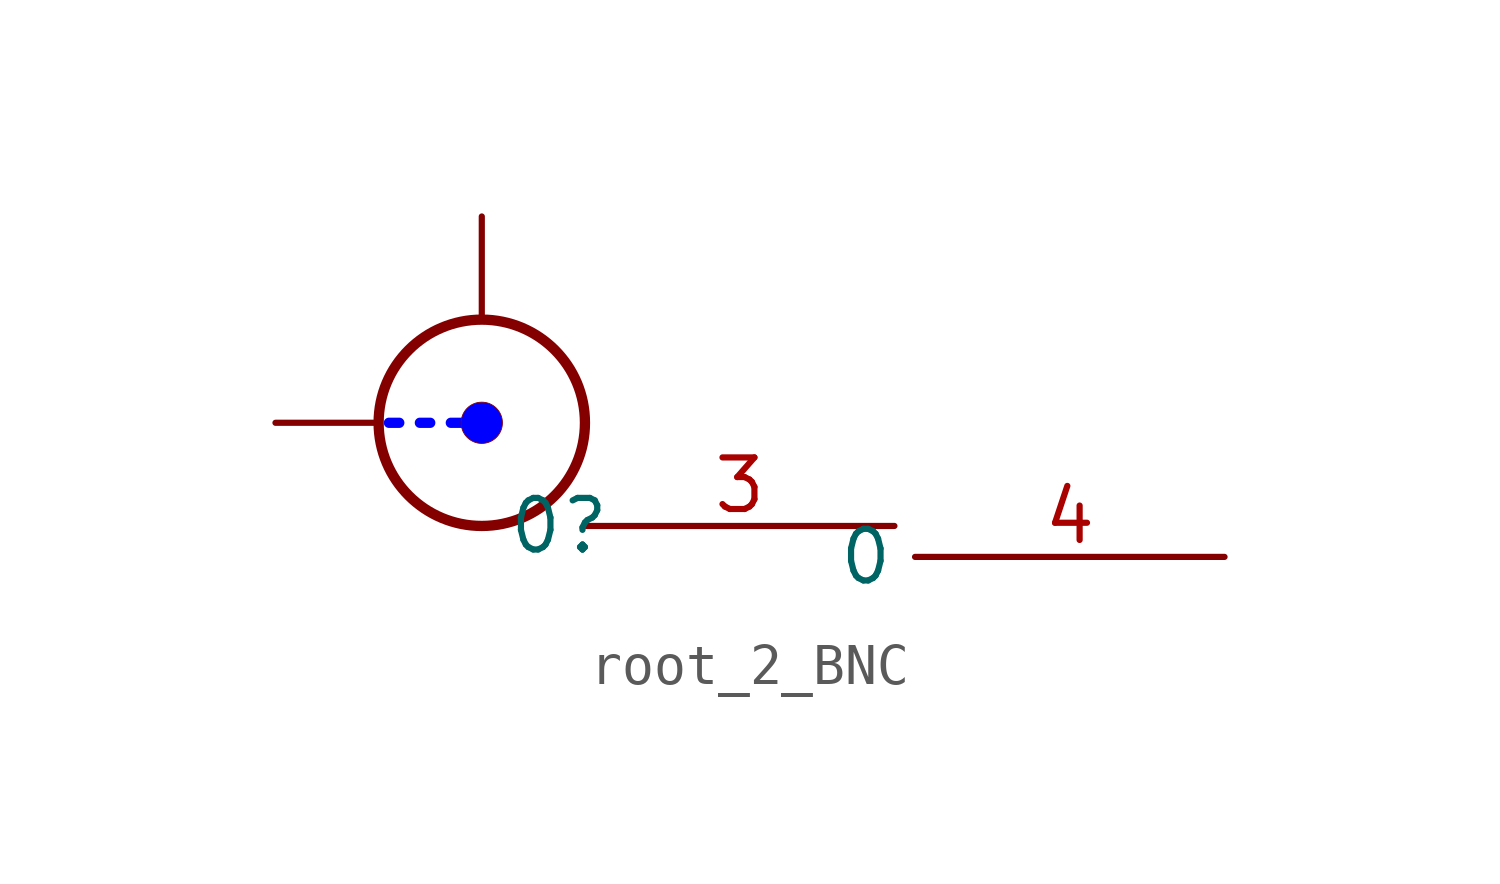
<source format=kicad_sym>
(kicad_symbol_lib
  (version 20220914)
  (generator kicad_symbol_editor)
  (symbol "root_2_BNC"
    (property "Reference" ""
      (at 0 0 0)
      (effects (font (size 1.27 1.27))))
    (property "Value" ""
      (at 0 0 0)
      (effects (font (size 1.27 1.27))))
    (symbol "root_2_BNC_1_0"
      (circle (center -2.54 2.54) (radius 0.508) (stroke (width 0.0001) (type solid)) (fill (type color) (color 0 0 255 1)))
      (circle (center -2.54 2.54) (radius 2.54) (stroke (width 0.254) (type solid)) (fill (type none)))
      (polyline (pts (xy -4.826 2.54) (xy -4.572 2.54)) (stroke (width 0.254) (type solid) (color 0 0 255 1)) (fill (type none)))
      (polyline (pts (xy -3.81 2.54) (xy -4.064 2.54)) (stroke (width 0.254) (type solid) (color 0 0 255 1)) (fill (type none)))
      (polyline (pts (xy -3.048 2.54) (xy -3.302 2.54)) (stroke (width 0.254) (type solid) (color 0 0 255 1)) (fill (type none)))
      (pin passive line (at -7.62 2.54 0) (length 2.54) (name "X" (effects (font (size 0 0)))) (number "1" (effects (font (size 0 0)))))
      (pin passive line (at -2.54 7.62 270) (length 2.54) (name "Y" (effects (font (size 0 0)))) (number "2" (effects (font (size 0 0)))))
      (pin passive line (at 7.62 0 180) (length 7.62) (name "0" (effects (font (size 1.27 1.27)))) (number "3" (effects (font (size 1.27 1.27)))))
      (pin passive line (at 15.748 -0.762 180) (length 7.62) (name "0" (effects (font (size 1.27 1.27)))) (number "4" (effects (font (size 1.27 1.27))))))))
</source>
